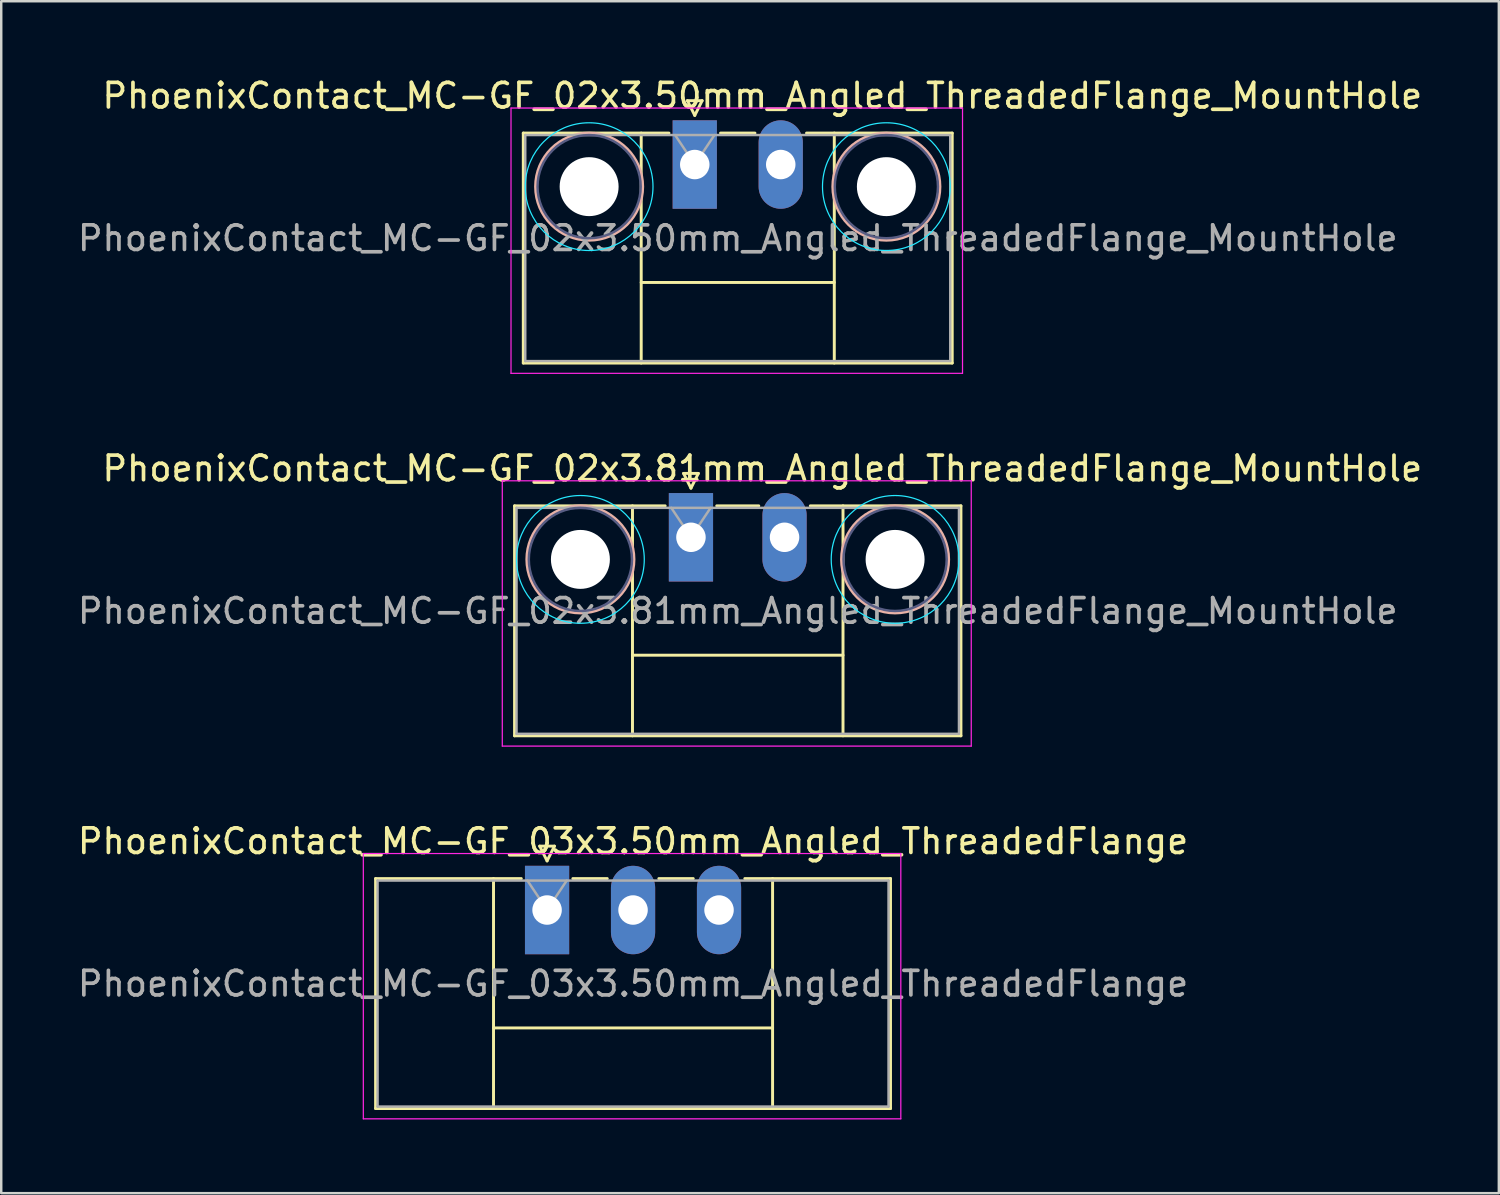
<source format=kicad_pcb>
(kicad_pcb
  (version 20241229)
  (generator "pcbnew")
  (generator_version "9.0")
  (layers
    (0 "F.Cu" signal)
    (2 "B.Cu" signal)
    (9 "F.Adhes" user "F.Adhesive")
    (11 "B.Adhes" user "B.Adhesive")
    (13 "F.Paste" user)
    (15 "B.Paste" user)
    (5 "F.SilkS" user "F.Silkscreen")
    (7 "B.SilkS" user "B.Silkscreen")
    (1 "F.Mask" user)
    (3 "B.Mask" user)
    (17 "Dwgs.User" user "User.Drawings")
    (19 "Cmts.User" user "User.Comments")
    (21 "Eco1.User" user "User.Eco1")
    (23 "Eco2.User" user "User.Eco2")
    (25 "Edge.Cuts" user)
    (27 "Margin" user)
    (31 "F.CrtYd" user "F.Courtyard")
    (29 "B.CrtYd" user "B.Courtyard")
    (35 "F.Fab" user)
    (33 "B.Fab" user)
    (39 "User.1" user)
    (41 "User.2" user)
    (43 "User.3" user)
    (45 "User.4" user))
  (footprint "PhoenixContact_MC-GF_02x3.81mm_Angled_ThreadedFlange_MountHole"
    (layer "F.Cu")
    (at 25.077 18.822)
    (property "Reference" "PhoenixContact_MC-GF_02x3.81mm_Angled_ThreadedFlange_MountHole" (at 2.905 -2.8 0) (layer "F.SilkS") (effects (font (size 1 1) (thickness 0.15))))
    (attr through_hole)
    (fp_line (start -7.18 -1.28) (end -7.18 8.08) (stroke (width 0.12) (type solid)) (layer "F.SilkS"))
    (fp_line (start -7.18 -1.28) (end -1.05 -1.28) (stroke (width 0.12) (type solid)) (layer "F.SilkS"))
    (fp_line (start -7.18 8.08) (end 10.99 8.08) (stroke (width 0.12) (type solid)) (layer "F.SilkS"))
    (fp_line (start -2.38 -1.28) (end -2.38 8.08) (stroke (width 0.12) (type solid)) (layer "F.SilkS"))
    (fp_line (start -2.38 4.8) (end 6.19 4.8) (stroke (width 0.12) (type solid)) (layer "F.SilkS"))
    (fp_line (start -0.3 -2.6) (end 0.3 -2.6) (stroke (width 0.12) (type solid)) (layer "F.SilkS"))
    (fp_line (start 0 -2) (end -0.3 -2.6) (stroke (width 0.12) (type solid)) (layer "F.SilkS"))
    (fp_line (start 0.3 -2.6) (end 0 -2) (stroke (width 0.12) (type solid)) (layer "F.SilkS"))
    (fp_line (start 1.05 -1.28) (end 2.76 -1.28) (stroke (width 0.12) (type solid)) (layer "F.SilkS"))
    (fp_line (start 6.19 -1.28) (end 6.19 8.08) (stroke (width 0.12) (type solid)) (layer "F.SilkS"))
    (fp_line (start 10.99 -1.28) (end 4.86 -1.28) (stroke (width 0.12) (type solid)) (layer "F.SilkS"))
    (fp_line (start 10.99 8.08) (end 10.99 -1.28) (stroke (width 0.12) (type solid)) (layer "F.SilkS"))
    (fp_circle (center -4.5 0.9) (end -2.32 0.9) (stroke (width 0.12) (type solid)) (fill no) (layer "B.SilkS"))
    (fp_circle (center 8.31 0.9) (end 10.49 0.9) (stroke (width 0.12) (type solid)) (fill no) (layer "B.SilkS"))
    (fp_circle (center -4.5 0.9) (end -1.9 0.9) (stroke (width 0.05) (type solid)) (fill no) (layer "B.CrtYd"))
    (fp_circle (center 8.31 0.9) (end 10.91 0.9) (stroke (width 0.05) (type solid)) (fill no) (layer "B.CrtYd"))
    (fp_line (start -7.68 -2.3) (end -7.68 8.5) (stroke (width 0.05) (type solid)) (layer "F.CrtYd"))
    (fp_line (start -7.68 8.5) (end 11.41 8.5) (stroke (width 0.05) (type solid)) (layer "F.CrtYd"))
    (fp_line (start 11.41 -2.3) (end -7.68 -2.3) (stroke (width 0.05) (type solid)) (layer "F.CrtYd"))
    (fp_line (start 11.41 8.5) (end 11.41 -2.3) (stroke (width 0.05) (type solid)) (layer "F.CrtYd"))
    (fp_circle (center -4.5 0.9) (end -2.4 0.9) (stroke (width 0.1) (type solid)) (fill no) (layer "B.Fab"))
    (fp_circle (center 8.31 0.9) (end 10.41 0.9) (stroke (width 0.1) (type solid)) (fill no) (layer "B.Fab"))
    (fp_line (start -7.1 -1.2) (end -7.1 8) (stroke (width 0.1) (type solid)) (layer "F.Fab"))
    (fp_line (start -7.1 8) (end 10.91 8) (stroke (width 0.1) (type solid)) (layer "F.Fab"))
    (fp_line (start 0 0) (end -0.8 -1.2) (stroke (width 0.1) (type solid)) (layer "F.Fab"))
    (fp_line (start 0.8 -1.2) (end 0 0) (stroke (width 0.1) (type solid)) (layer "F.Fab"))
    (fp_line (start 10.91 -1.2) (end -7.1 -1.2) (stroke (width 0.1) (type solid)) (layer "F.Fab"))
    (fp_line (start 10.91 8) (end 10.91 -1.2) (stroke (width 0.1) (type solid)) (layer "F.Fab"))
    (fp_text user "${REFERENCE}" (at 1.905 3 0) (layer "F.Fab") (effects (font (size 1 1) (thickness 0.15))))
    (pad "" np_thru_hole circle (at -4.5 0.9) (size 2.4 2.4) (drill 2.4) (layers "*.Cu" "*.Mask"))
    (pad "" np_thru_hole circle (at 8.31 0.9) (size 2.4 2.4) (drill 2.4) (layers "*.Cu" "*.Mask"))
    (pad "1" thru_hole rect (at 0 0) (size 1.8 3.6) (drill 1.2) (layers "*.Cu" "*.Mask"))
    (pad "2" thru_hole oval (at 3.81 0) (size 1.8 3.6) (drill 1.2) (layers "*.Cu" "*.Mask")))
  (footprint "PhoenixContact_MC-GF_02x3.50mm_Angled_ThreadedFlange_MountHole"
    (layer "F.Cu")
    (at 25.232 3.648)
    (property "Reference" "PhoenixContact_MC-GF_02x3.50mm_Angled_ThreadedFlange_MountHole" (at 2.75 -2.8 0) (layer "F.SilkS") (effects (font (size 1 1) (thickness 0.15))))
    (attr through_hole)
    (fp_line (start -6.98 -1.28) (end -6.98 8.08) (stroke (width 0.12) (type solid)) (layer "F.SilkS"))
    (fp_line (start -6.98 -1.28) (end -1.05 -1.28) (stroke (width 0.12) (type solid)) (layer "F.SilkS"))
    (fp_line (start -6.98 8.08) (end 10.48 8.08) (stroke (width 0.12) (type solid)) (layer "F.SilkS"))
    (fp_line (start -2.18 -1.28) (end -2.18 8.08) (stroke (width 0.12) (type solid)) (layer "F.SilkS"))
    (fp_line (start -2.18 4.8) (end 5.68 4.8) (stroke (width 0.12) (type solid)) (layer "F.SilkS"))
    (fp_line (start -0.3 -2.6) (end 0.3 -2.6) (stroke (width 0.12) (type solid)) (layer "F.SilkS"))
    (fp_line (start 0 -2) (end -0.3 -2.6) (stroke (width 0.12) (type solid)) (layer "F.SilkS"))
    (fp_line (start 0.3 -2.6) (end 0 -2) (stroke (width 0.12) (type solid)) (layer "F.SilkS"))
    (fp_line (start 1.05 -1.28) (end 2.45 -1.28) (stroke (width 0.12) (type solid)) (layer "F.SilkS"))
    (fp_line (start 5.68 -1.28) (end 5.68 8.08) (stroke (width 0.12) (type solid)) (layer "F.SilkS"))
    (fp_line (start 10.48 -1.28) (end 4.55 -1.28) (stroke (width 0.12) (type solid)) (layer "F.SilkS"))
    (fp_line (start 10.48 8.08) (end 10.48 -1.28) (stroke (width 0.12) (type solid)) (layer "F.SilkS"))
    (fp_circle (center -4.3 0.9) (end -2.12 0.9) (stroke (width 0.12) (type solid)) (fill no) (layer "B.SilkS"))
    (fp_circle (center 7.8 0.9) (end 9.98 0.9) (stroke (width 0.12) (type solid)) (fill no) (layer "B.SilkS"))
    (fp_circle (center -4.3 0.9) (end -1.7 0.9) (stroke (width 0.05) (type solid)) (fill no) (layer "B.CrtYd"))
    (fp_circle (center 7.8 0.9) (end 10.4 0.9) (stroke (width 0.05) (type solid)) (fill no) (layer "B.CrtYd"))
    (fp_line (start -7.48 -2.3) (end -7.48 8.5) (stroke (width 0.05) (type solid)) (layer "F.CrtYd"))
    (fp_line (start -7.48 8.5) (end 10.9 8.5) (stroke (width 0.05) (type solid)) (layer "F.CrtYd"))
    (fp_line (start 10.9 -2.3) (end -7.48 -2.3) (stroke (width 0.05) (type solid)) (layer "F.CrtYd"))
    (fp_line (start 10.9 8.5) (end 10.9 -2.3) (stroke (width 0.05) (type solid)) (layer "F.CrtYd"))
    (fp_circle (center -4.3 0.9) (end -2.2 0.9) (stroke (width 0.1) (type solid)) (fill no) (layer "B.Fab"))
    (fp_circle (center 7.8 0.9) (end 9.9 0.9) (stroke (width 0.1) (type solid)) (fill no) (layer "B.Fab"))
    (fp_line (start -6.9 -1.2) (end -6.9 8) (stroke (width 0.1) (type solid)) (layer "F.Fab"))
    (fp_line (start -6.9 8) (end 10.4 8) (stroke (width 0.1) (type solid)) (layer "F.Fab"))
    (fp_line (start 0 0) (end -0.8 -1.2) (stroke (width 0.1) (type solid)) (layer "F.Fab"))
    (fp_line (start 0.8 -1.2) (end 0 0) (stroke (width 0.1) (type solid)) (layer "F.Fab"))
    (fp_line (start 10.4 -1.2) (end -6.9 -1.2) (stroke (width 0.1) (type solid)) (layer "F.Fab"))
    (fp_line (start 10.4 8) (end 10.4 -1.2) (stroke (width 0.1) (type solid)) (layer "F.Fab"))
    (fp_text user "${REFERENCE}" (at 1.75 3 0) (layer "F.Fab") (effects (font (size 1 1) (thickness 0.15))))
    (pad "" np_thru_hole circle (at -4.3 0.9) (size 2.4 2.4) (drill 2.4) (layers "*.Cu" "*.Mask"))
    (pad "" np_thru_hole circle (at 7.8 0.9) (size 2.4 2.4) (drill 2.4) (layers "*.Cu" "*.Mask"))
    (pad "1" thru_hole rect (at 0 0) (size 1.8 3.6) (drill 1.2) (layers "*.Cu" "*.Mask"))
    (pad "2" thru_hole oval (at 3.5 0) (size 1.8 3.6) (drill 1.2) (layers "*.Cu" "*.Mask")))
  (footprint "PhoenixContact_MC-GF_03x3.50mm_Angled_ThreadedFlange"
    (layer "F.Cu")
    (at 19.22 33.995)
    (property "Reference" "PhoenixContact_MC-GF_03x3.50mm_Angled_ThreadedFlange" (at 3.5 -2.8 0) (layer "F.SilkS") (effects (font (size 1 1) (thickness 0.15))))
    (attr through_hole)
    (fp_line (start -6.98 -1.28) (end -6.98 8.08) (stroke (width 0.12) (type solid)) (layer "F.SilkS"))
    (fp_line (start -6.98 -1.28) (end -1.05 -1.28) (stroke (width 0.12) (type solid)) (layer "F.SilkS"))
    (fp_line (start -6.98 8.08) (end 13.98 8.08) (stroke (width 0.12) (type solid)) (layer "F.SilkS"))
    (fp_line (start -2.18 -1.28) (end -2.18 8.08) (stroke (width 0.12) (type solid)) (layer "F.SilkS"))
    (fp_line (start -2.18 4.8) (end 9.18 4.8) (stroke (width 0.12) (type solid)) (layer "F.SilkS"))
    (fp_line (start -0.3 -2.6) (end 0.3 -2.6) (stroke (width 0.12) (type solid)) (layer "F.SilkS"))
    (fp_line (start 0 -2) (end -0.3 -2.6) (stroke (width 0.12) (type solid)) (layer "F.SilkS"))
    (fp_line (start 0.3 -2.6) (end 0 -2) (stroke (width 0.12) (type solid)) (layer "F.SilkS"))
    (fp_line (start 1.05 -1.28) (end 2.45 -1.28) (stroke (width 0.12) (type solid)) (layer "F.SilkS"))
    (fp_line (start 4.55 -1.28) (end 5.95 -1.28) (stroke (width 0.12) (type solid)) (layer "F.SilkS"))
    (fp_line (start 9.18 -1.28) (end 9.18 8.08) (stroke (width 0.12) (type solid)) (layer "F.SilkS"))
    (fp_line (start 13.98 -1.28) (end 8.05 -1.28) (stroke (width 0.12) (type solid)) (layer "F.SilkS"))
    (fp_line (start 13.98 8.08) (end 13.98 -1.28) (stroke (width 0.12) (type solid)) (layer "F.SilkS"))
    (fp_line (start -7.48 -2.3) (end -7.48 8.5) (stroke (width 0.05) (type solid)) (layer "F.CrtYd"))
    (fp_line (start -7.48 8.5) (end 14.4 8.5) (stroke (width 0.05) (type solid)) (layer "F.CrtYd"))
    (fp_line (start 14.4 -2.3) (end -7.48 -2.3) (stroke (width 0.05) (type solid)) (layer "F.CrtYd"))
    (fp_line (start 14.4 8.5) (end 14.4 -2.3) (stroke (width 0.05) (type solid)) (layer "F.CrtYd"))
    (fp_line (start -6.9 -1.2) (end -6.9 8) (stroke (width 0.1) (type solid)) (layer "F.Fab"))
    (fp_line (start -6.9 8) (end 13.9 8) (stroke (width 0.1) (type solid)) (layer "F.Fab"))
    (fp_line (start 0 0) (end -0.8 -1.2) (stroke (width 0.1) (type solid)) (layer "F.Fab"))
    (fp_line (start 0.8 -1.2) (end 0 0) (stroke (width 0.1) (type solid)) (layer "F.Fab"))
    (fp_line (start 13.9 -1.2) (end -6.9 -1.2) (stroke (width 0.1) (type solid)) (layer "F.Fab"))
    (fp_line (start 13.9 8) (end 13.9 -1.2) (stroke (width 0.1) (type solid)) (layer "F.Fab"))
    (fp_text user "${REFERENCE}" (at 3.5 3 0) (layer "F.Fab") (effects (font (size 1 1) (thickness 0.15))))
    (pad "1" thru_hole rect (at 0 0) (size 1.8 3.6) (drill 1.2) (layers "*.Cu" "*.Mask"))
    (pad "2" thru_hole oval (at 3.5 0) (size 1.8 3.6) (drill 1.2) (layers "*.Cu" "*.Mask"))
    (pad "3" thru_hole oval (at 7 0) (size 1.8 3.6) (drill 1.2) (layers "*.Cu" "*.Mask")))
  (gr_rect
    (start -3 -3)
    (end 57.964 45.52)
    (stroke (width 0.1) (type default))
    (fill no)
    (layer "Edge.Cuts")))
</source>
